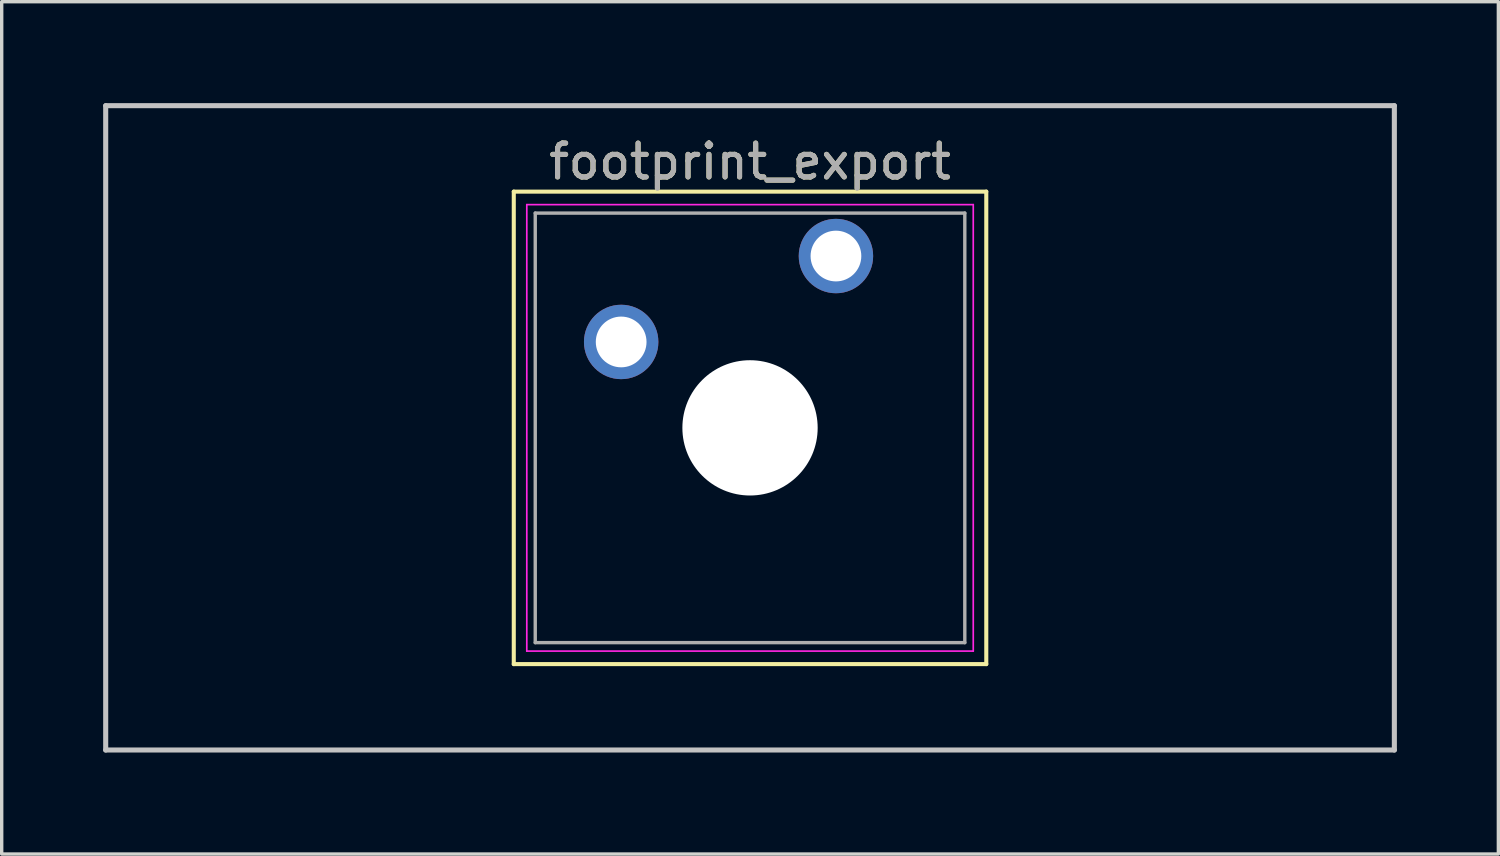
<source format=kicad_pcb>
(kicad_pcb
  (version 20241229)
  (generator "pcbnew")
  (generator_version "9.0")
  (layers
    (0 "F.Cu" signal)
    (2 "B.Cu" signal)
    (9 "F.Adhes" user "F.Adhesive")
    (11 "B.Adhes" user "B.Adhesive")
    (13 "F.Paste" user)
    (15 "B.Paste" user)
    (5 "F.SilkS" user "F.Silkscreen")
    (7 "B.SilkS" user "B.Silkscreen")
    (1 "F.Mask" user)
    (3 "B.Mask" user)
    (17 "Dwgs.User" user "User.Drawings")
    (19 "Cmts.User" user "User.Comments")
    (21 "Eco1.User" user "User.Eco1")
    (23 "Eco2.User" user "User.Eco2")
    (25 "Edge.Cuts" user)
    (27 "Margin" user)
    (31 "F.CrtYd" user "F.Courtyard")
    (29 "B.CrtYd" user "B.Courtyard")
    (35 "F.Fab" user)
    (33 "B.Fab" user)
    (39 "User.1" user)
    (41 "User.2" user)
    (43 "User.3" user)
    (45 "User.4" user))
  (footprint "footprint_export"
    (layer "F.Cu")
    (at 21.665 4.52)
    (property "Reference" "footprint_export" (at -2.54 -2.794 0) (layer "F.SilkS") (effects (font (size 1 1) (thickness 0.15))))
    (attr through_hole)
    (fp_line (start -9.525 -1.905) (end 4.445 -1.905) (stroke (width 0.12) (type solid)) (layer "F.SilkS"))
    (fp_line (start -9.525 12.065) (end -9.525 -1.905) (stroke (width 0.12) (type solid)) (layer "F.SilkS"))
    (fp_line (start 4.445 -1.905) (end 4.445 12.065) (stroke (width 0.12) (type solid)) (layer "F.SilkS"))
    (fp_line (start 4.445 12.065) (end -9.525 12.065) (stroke (width 0.12) (type solid)) (layer "F.SilkS"))
    (fp_line (start -21.59 -4.445) (end 16.51 -4.445) (stroke (width 0.15) (type solid)) (layer "Dwgs.User"))
    (fp_line (start -21.59 14.605) (end -21.59 -4.445) (stroke (width 0.15) (type solid)) (layer "Dwgs.User"))
    (fp_line (start 16.51 -4.445) (end 16.51 14.605) (stroke (width 0.15) (type solid)) (layer "Dwgs.User"))
    (fp_line (start 16.51 14.605) (end -21.59 14.605) (stroke (width 0.15) (type solid)) (layer "Dwgs.User"))
    (fp_line (start -9.14 -1.52) (end 4.06 -1.52) (stroke (width 0.05) (type solid)) (layer "F.CrtYd"))
    (fp_line (start -9.14 11.68) (end -9.14 -1.52) (stroke (width 0.05) (type solid)) (layer "F.CrtYd"))
    (fp_line (start 4.06 -1.52) (end 4.06 11.68) (stroke (width 0.05) (type solid)) (layer "F.CrtYd"))
    (fp_line (start 4.06 11.68) (end -9.14 11.68) (stroke (width 0.05) (type solid)) (layer "F.CrtYd"))
    (fp_line (start -8.89 -1.27) (end 3.81 -1.27) (stroke (width 0.1) (type solid)) (layer "F.Fab"))
    (fp_line (start -8.89 11.43) (end -8.89 -1.27) (stroke (width 0.1) (type solid)) (layer "F.Fab"))
    (fp_line (start 3.81 -1.27) (end 3.81 11.43) (stroke (width 0.1) (type solid)) (layer "F.Fab"))
    (fp_line (start 3.81 11.43) (end -8.89 11.43) (stroke (width 0.1) (type solid)) (layer "F.Fab"))
    (fp_text user "${REFERENCE}" (at -2.54 -2.794 0) (layer "F.Fab") (effects (font (size 1 1) (thickness 0.15))))
    (pad "" np_thru_hole circle (at -2.54 5.08) (size 4 4) (drill 4) (layers "*.Cu" "*.Mask"))
    (pad "1" thru_hole circle (at 0 0) (size 2.2 2.2) (drill 1.5) (layers "*.Cu" "*.Mask"))
    (pad "2" thru_hole circle (at -6.35 2.54) (size 2.2 2.2) (drill 1.5) (layers "*.Cu" "*.Mask")))
  (gr_rect
    (start -3 -3)
    (end 41.25 22.2)
    (stroke (width 0.1) (type default))
    (fill no)
    (layer "Edge.Cuts")))
</source>
